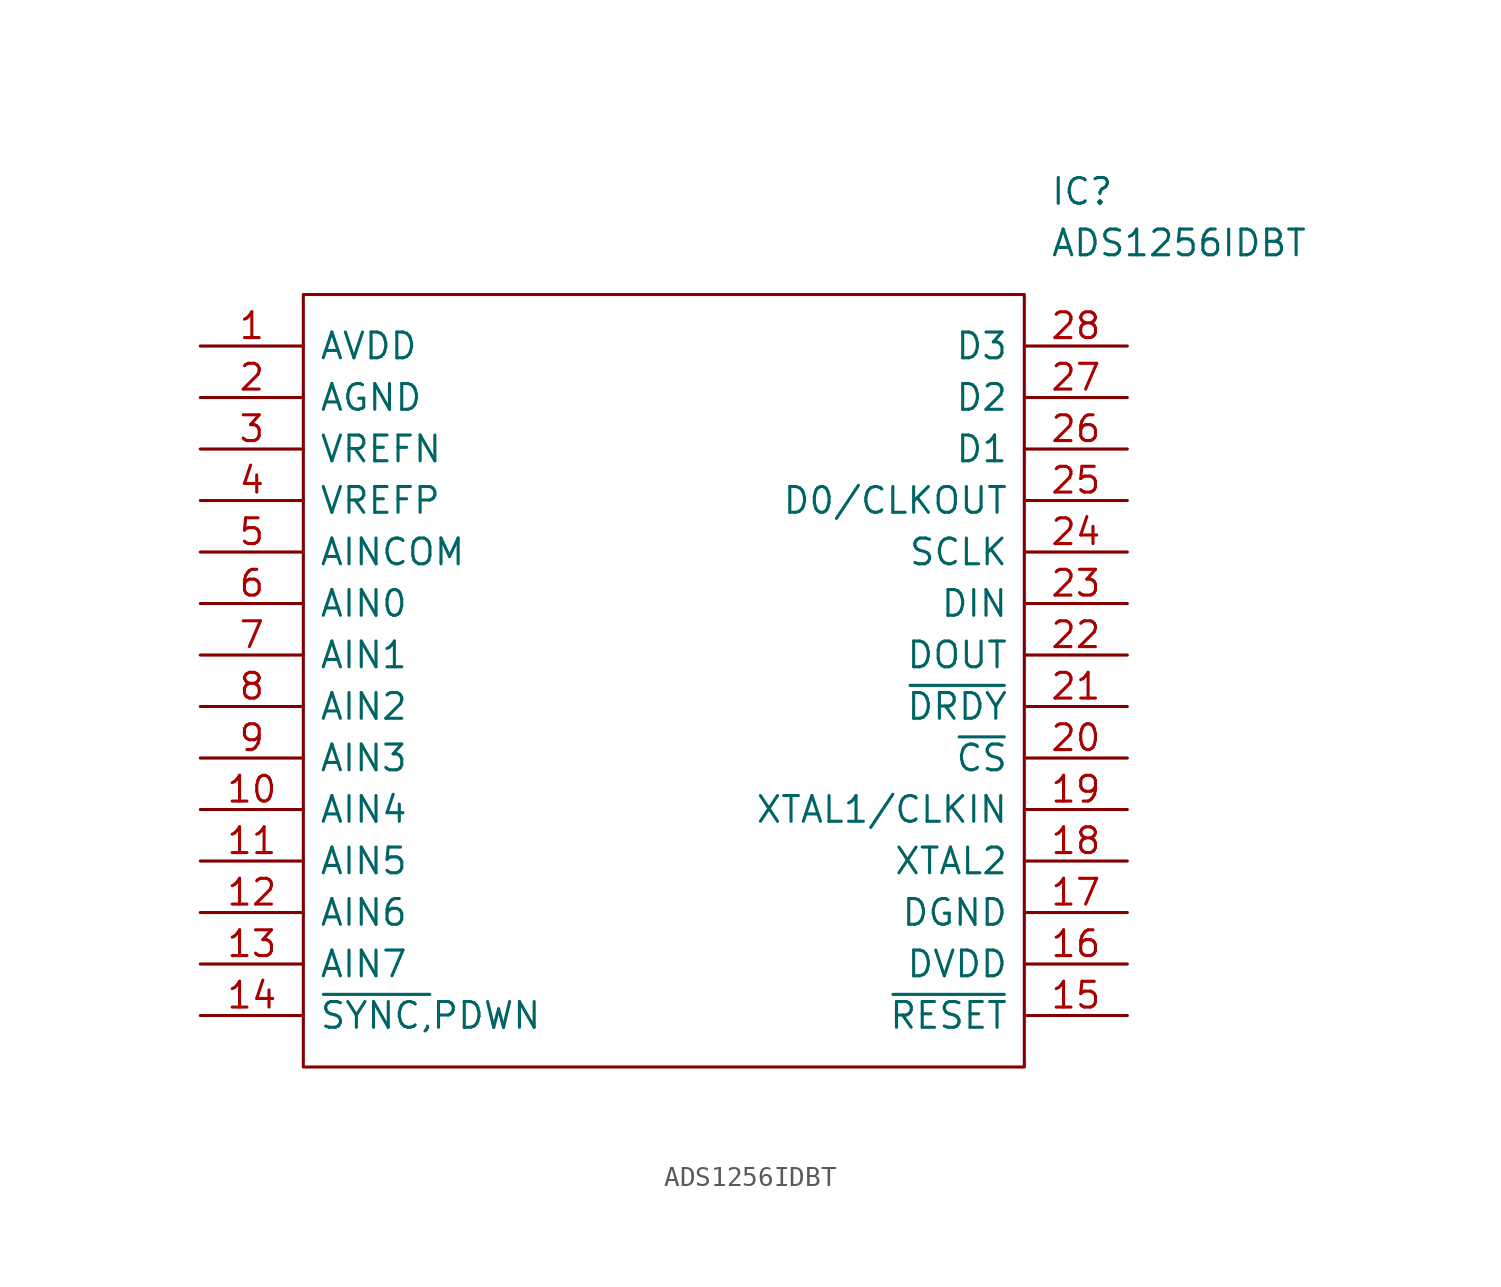
<source format=kicad_sym>
(kicad_symbol_lib
  (version 20211014)
  (generator kicad_symbol_editor)
  (symbol "ADS1256IDBT"
    (pin_names
      (offset 0.762))
    (property "Reference" "IC"
      (at 41.91 7.62 0)
      (effects (font (size 1.27 1.27)) (justify left)))
    (property "Value" "ADS1256IDBT"
      (at 41.91 5.08 0)
      (effects (font (size 1.27 1.27)) (justify left)))
    (symbol "ADS1256IDBT_0_0"
      (pin passive line (at 0 0 0) (length 5.08) (name "AVDD" (effects (font (size 1.27 1.27)))) (number "1" (effects (font (size 1.27 1.27)))))
      (pin passive line (at 0 -22.86 0) (length 5.08) (name "AIN4" (effects (font (size 1.27 1.27)))) (number "10" (effects (font (size 1.27 1.27)))))
      (pin passive line (at 0 -25.4 0) (length 5.08) (name "AIN5" (effects (font (size 1.27 1.27)))) (number "11" (effects (font (size 1.27 1.27)))))
      (pin passive line (at 0 -27.94 0) (length 5.08) (name "AIN6" (effects (font (size 1.27 1.27)))) (number "12" (effects (font (size 1.27 1.27)))))
      (pin passive line (at 0 -30.48 0) (length 5.08) (name "AIN7" (effects (font (size 1.27 1.27)))) (number "13" (effects (font (size 1.27 1.27)))))
      (pin passive line (at 0 -33.02 0) (length 5.08) (name "~{SYNC,}PDWN" (effects (font (size 1.27 1.27)))) (number "14" (effects (font (size 1.27 1.27)))))
      (pin passive line (at 45.72 -33.02 180) (length 5.08) (name "~{RESET}" (effects (font (size 1.27 1.27)))) (number "15" (effects (font (size 1.27 1.27)))))
      (pin passive line (at 45.72 -30.48 180) (length 5.08) (name "DVDD" (effects (font (size 1.27 1.27)))) (number "16" (effects (font (size 1.27 1.27)))))
      (pin passive line (at 45.72 -27.94 180) (length 5.08) (name "DGND" (effects (font (size 1.27 1.27)))) (number "17" (effects (font (size 1.27 1.27)))))
      (pin passive line (at 45.72 -25.4 180) (length 5.08) (name "XTAL2" (effects (font (size 1.27 1.27)))) (number "18" (effects (font (size 1.27 1.27)))))
      (pin passive line (at 45.72 -22.86 180) (length 5.08) (name "XTAL1/CLKIN" (effects (font (size 1.27 1.27)))) (number "19" (effects (font (size 1.27 1.27)))))
      (pin passive line (at 0 -2.54 0) (length 5.08) (name "AGND" (effects (font (size 1.27 1.27)))) (number "2" (effects (font (size 1.27 1.27)))))
      (pin passive line (at 45.72 -20.32 180) (length 5.08) (name "~{CS}" (effects (font (size 1.27 1.27)))) (number "20" (effects (font (size 1.27 1.27)))))
      (pin passive line (at 45.72 -17.78 180) (length 5.08) (name "~{DRDY}" (effects (font (size 1.27 1.27)))) (number "21" (effects (font (size 1.27 1.27)))))
      (pin passive line (at 45.72 -15.24 180) (length 5.08) (name "DOUT" (effects (font (size 1.27 1.27)))) (number "22" (effects (font (size 1.27 1.27)))))
      (pin passive line (at 45.72 -12.7 180) (length 5.08) (name "DIN" (effects (font (size 1.27 1.27)))) (number "23" (effects (font (size 1.27 1.27)))))
      (pin passive line (at 45.72 -10.16 180) (length 5.08) (name "SCLK" (effects (font (size 1.27 1.27)))) (number "24" (effects (font (size 1.27 1.27)))))
      (pin passive line (at 45.72 -7.62 180) (length 5.08) (name "D0/CLKOUT" (effects (font (size 1.27 1.27)))) (number "25" (effects (font (size 1.27 1.27)))))
      (pin passive line (at 45.72 -5.08 180) (length 5.08) (name "D1" (effects (font (size 1.27 1.27)))) (number "26" (effects (font (size 1.27 1.27)))))
      (pin passive line (at 45.72 -2.54 180) (length 5.08) (name "D2" (effects (font (size 1.27 1.27)))) (number "27" (effects (font (size 1.27 1.27)))))
      (pin passive line (at 45.72 0 180) (length 5.08) (name "D3" (effects (font (size 1.27 1.27)))) (number "28" (effects (font (size 1.27 1.27)))))
      (pin passive line (at 0 -5.08 0) (length 5.08) (name "VREFN" (effects (font (size 1.27 1.27)))) (number "3" (effects (font (size 1.27 1.27)))))
      (pin passive line (at 0 -7.62 0) (length 5.08) (name "VREFP" (effects (font (size 1.27 1.27)))) (number "4" (effects (font (size 1.27 1.27)))))
      (pin passive line (at 0 -10.16 0) (length 5.08) (name "AINCOM" (effects (font (size 1.27 1.27)))) (number "5" (effects (font (size 1.27 1.27)))))
      (pin passive line (at 0 -12.7 0) (length 5.08) (name "AIN0" (effects (font (size 1.27 1.27)))) (number "6" (effects (font (size 1.27 1.27)))))
      (pin passive line (at 0 -15.24 0) (length 5.08) (name "AIN1" (effects (font (size 1.27 1.27)))) (number "7" (effects (font (size 1.27 1.27)))))
      (pin passive line (at 0 -17.78 0) (length 5.08) (name "AIN2" (effects (font (size 1.27 1.27)))) (number "8" (effects (font (size 1.27 1.27)))))
      (pin passive line (at 0 -20.32 0) (length 5.08) (name "AIN3" (effects (font (size 1.27 1.27)))) (number "9" (effects (font (size 1.27 1.27))))))
    (symbol "ADS1256IDBT_0_1"
      (polyline (pts (xy 5.08 2.54) (xy 40.64 2.54) (xy 40.64 -35.56) (xy 5.08 -35.56) (xy 5.08 2.54)) (stroke (width 0.152) (type default) (color 0 0 0 0)) (fill (type none))))))
</source>
